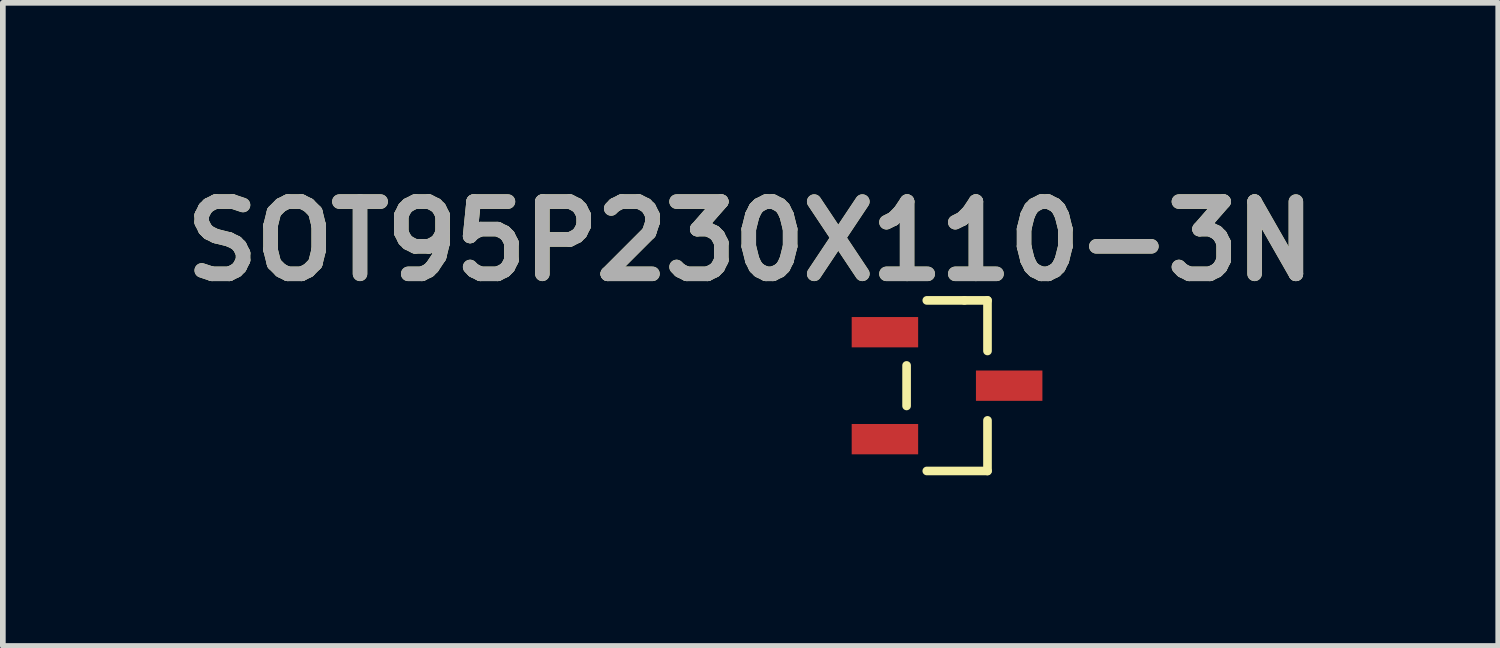
<source format=kicad_pcb>
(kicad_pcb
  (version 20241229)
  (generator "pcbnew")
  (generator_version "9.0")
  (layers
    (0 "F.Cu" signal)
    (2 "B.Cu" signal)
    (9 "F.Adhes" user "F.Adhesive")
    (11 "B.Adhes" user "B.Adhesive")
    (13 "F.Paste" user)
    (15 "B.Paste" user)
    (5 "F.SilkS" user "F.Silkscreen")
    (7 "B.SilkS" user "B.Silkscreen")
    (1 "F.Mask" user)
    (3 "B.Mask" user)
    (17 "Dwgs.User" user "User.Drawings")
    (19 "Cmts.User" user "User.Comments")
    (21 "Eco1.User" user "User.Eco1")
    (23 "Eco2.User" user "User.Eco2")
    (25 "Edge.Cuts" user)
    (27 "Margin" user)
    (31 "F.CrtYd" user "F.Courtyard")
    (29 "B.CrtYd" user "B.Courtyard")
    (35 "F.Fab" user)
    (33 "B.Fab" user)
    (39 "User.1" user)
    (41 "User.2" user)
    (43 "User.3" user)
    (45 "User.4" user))
  (footprint "SOT95P230X110-3N"
    (layer "F.Cu")
    (at 13.596 3.729)
    (property "Reference" "SOT95P230X110-3N" (at -3.454 -2.54 0) (layer "F.SilkS") (effects (font (size 1.27 1.27) (thickness 0.254))))
    (attr smd)
    (fp_line (start -0.711 -0.356) (end -0.711 0.356) (stroke (width 0.152) (type solid)) (layer "F.SilkS"))
    (fp_line (start -0.356 1.499) (end 0.711 1.499) (stroke (width 0.152) (type solid)) (layer "F.SilkS"))
    (fp_line (start 0.305 -1.499) (end -0.356 -1.499) (stroke (width 0.152) (type solid)) (layer "F.SilkS"))
    (fp_line (start 0.711 -1.499) (end 0.305 -1.499) (stroke (width 0.152) (type solid)) (layer "F.SilkS"))
    (fp_line (start 0.711 -0.61) (end 0.711 -1.499) (stroke (width 0.152) (type solid)) (layer "F.SilkS"))
    (fp_line (start 0.711 1.499) (end 0.711 0.61) (stroke (width 0.152) (type solid)) (layer "F.SilkS"))
    (fp_text user "${REFERENCE}" (at -3.454 -2.54 0) (layer "F.Fab") (effects (font (size 1.27 1.27) (thickness 0.254))))
    (pad "1" smd rect (at -1.092 -0.94 90) (size 0.533 1.168) (layers "F.Cu" "F.Mask" "F.Paste"))
    (pad "2" smd rect (at -1.092 0.94 90) (size 0.533 1.168) (layers "F.Cu" "F.Mask" "F.Paste"))
    (pad "3" smd rect (at 1.092 0 90) (size 0.533 1.168) (layers "F.Cu" "F.Mask" "F.Paste")))
  (gr_rect
    (start -3 -3)
    (end 23.284 8.304)
    (stroke (width 0.1) (type default))
    (fill no)
    (layer "Edge.Cuts")))
</source>
